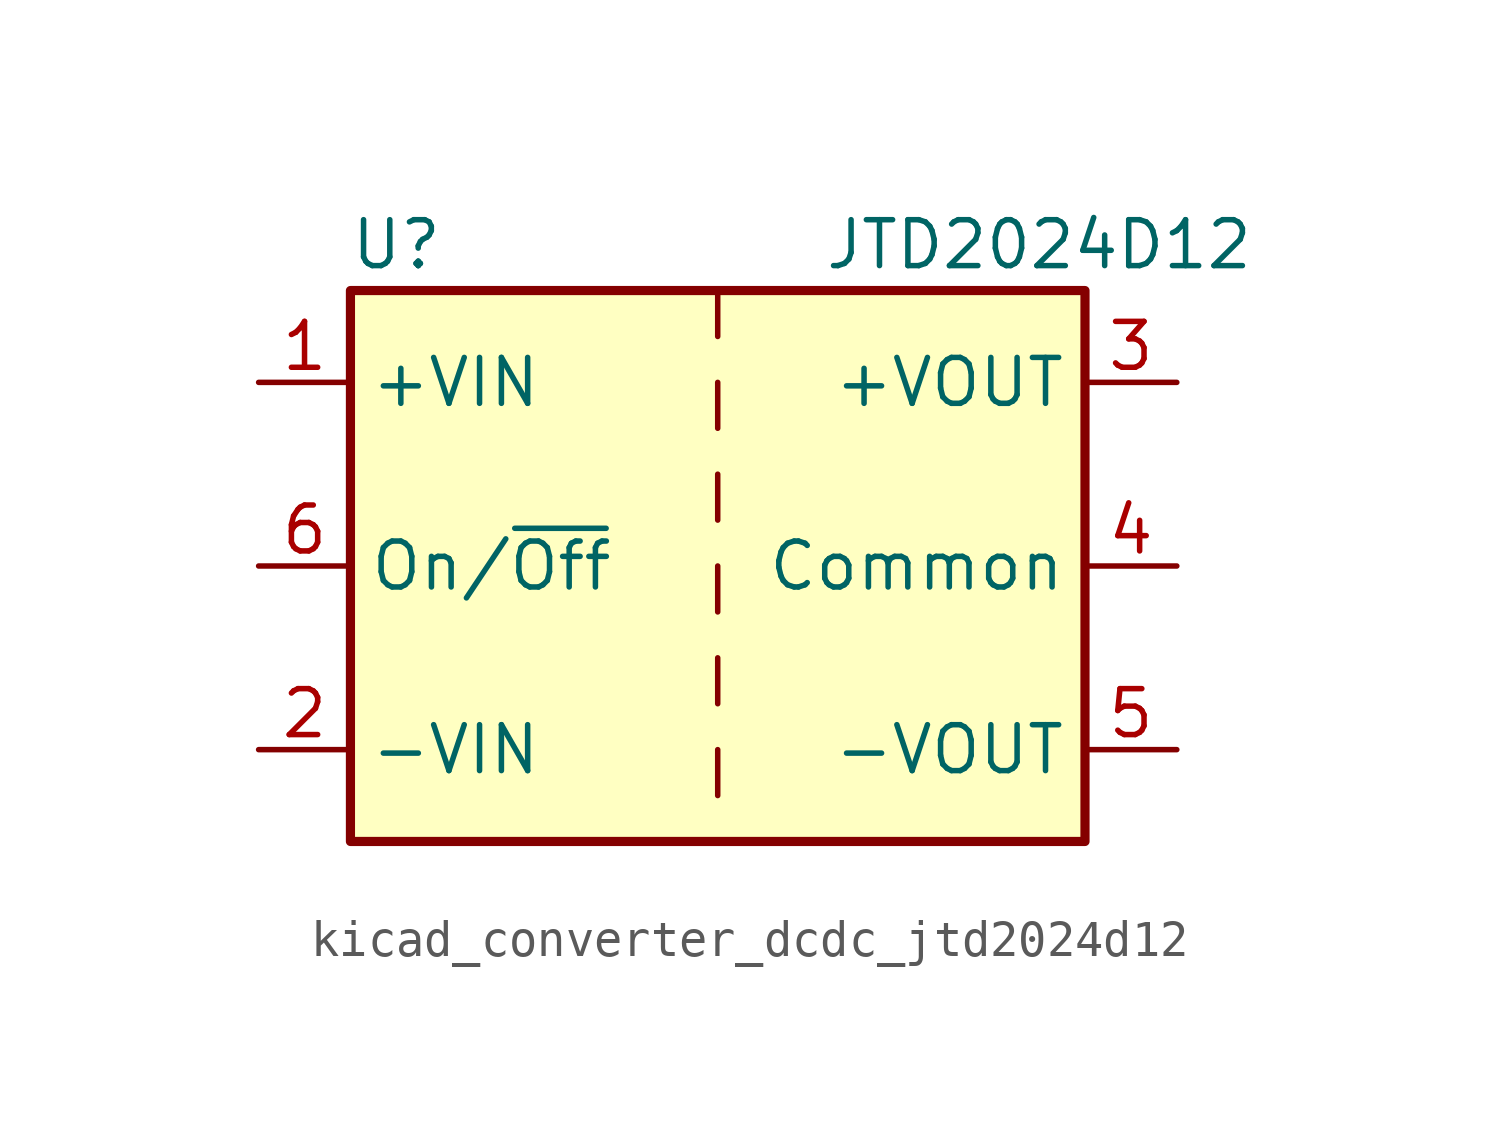
<source format=kicad_sym>
(kicad_symbol_lib
  (version 20220914)
  (generator kicad_symbol_editor)
  (symbol "kicad_converter_dcdc_jtd2024d12"
    (property "Reference" "U"
      (at -8.89 8.89 0)
      (effects (font (size 1.27 1.27))))
    (property "Value" "JTD2024D12"
      (at 8.89 8.89 0)
      (effects (font (size 1.27 1.27))))
    (symbol "kicad_converter_dcdc_jtd2024d12_0_1"
      (rectangle (start -10.16 7.62) (end 10.16 -7.62) (stroke (width 0.254) (type default)) (fill (type background)))
      (polyline (pts (xy 0 -5.08) (xy 0 -6.35)) (stroke (width 0) (type default)) (fill (type none)))
      (polyline (pts (xy 0 -2.54) (xy 0 -3.81)) (stroke (width 0) (type default)) (fill (type none)))
      (polyline (pts (xy 0 0) (xy 0 -1.27)) (stroke (width 0) (type default)) (fill (type none)))
      (polyline (pts (xy 0 2.54) (xy 0 1.27)) (stroke (width 0) (type default)) (fill (type none)))
      (polyline (pts (xy 0 5.08) (xy 0 3.81)) (stroke (width 0) (type default)) (fill (type none)))
      (polyline (pts (xy 0 7.62) (xy 0 6.35)) (stroke (width 0) (type default)) (fill (type none))))
    (symbol "kicad_converter_dcdc_jtd2024d12_1_1"
      (pin power_in line (at -12.7 5.08 0) (length 2.54) (name "+VIN" (effects (font (size 1.27 1.27)))) (number "1" (effects (font (size 1.27 1.27)))))
      (pin power_in line (at -12.7 -5.08 0) (length 2.54) (name "-VIN" (effects (font (size 1.27 1.27)))) (number "2" (effects (font (size 1.27 1.27)))))
      (pin power_out line (at 12.7 5.08 180) (length 2.54) (name "+VOUT" (effects (font (size 1.27 1.27)))) (number "3" (effects (font (size 1.27 1.27)))))
      (pin power_out line (at 12.7 0 180) (length 2.54) (name "Common" (effects (font (size 1.27 1.27)))) (number "4" (effects (font (size 1.27 1.27)))))
      (pin power_out line (at 12.7 -5.08 180) (length 2.54) (name "-VOUT" (effects (font (size 1.27 1.27)))) (number "5" (effects (font (size 1.27 1.27)))))
      (pin input line (at -12.7 0 0) (length 2.54) (name "On/~{Off}" (effects (font (size 1.27 1.27)))) (number "6" (effects (font (size 1.27 1.27))))))))
</source>
